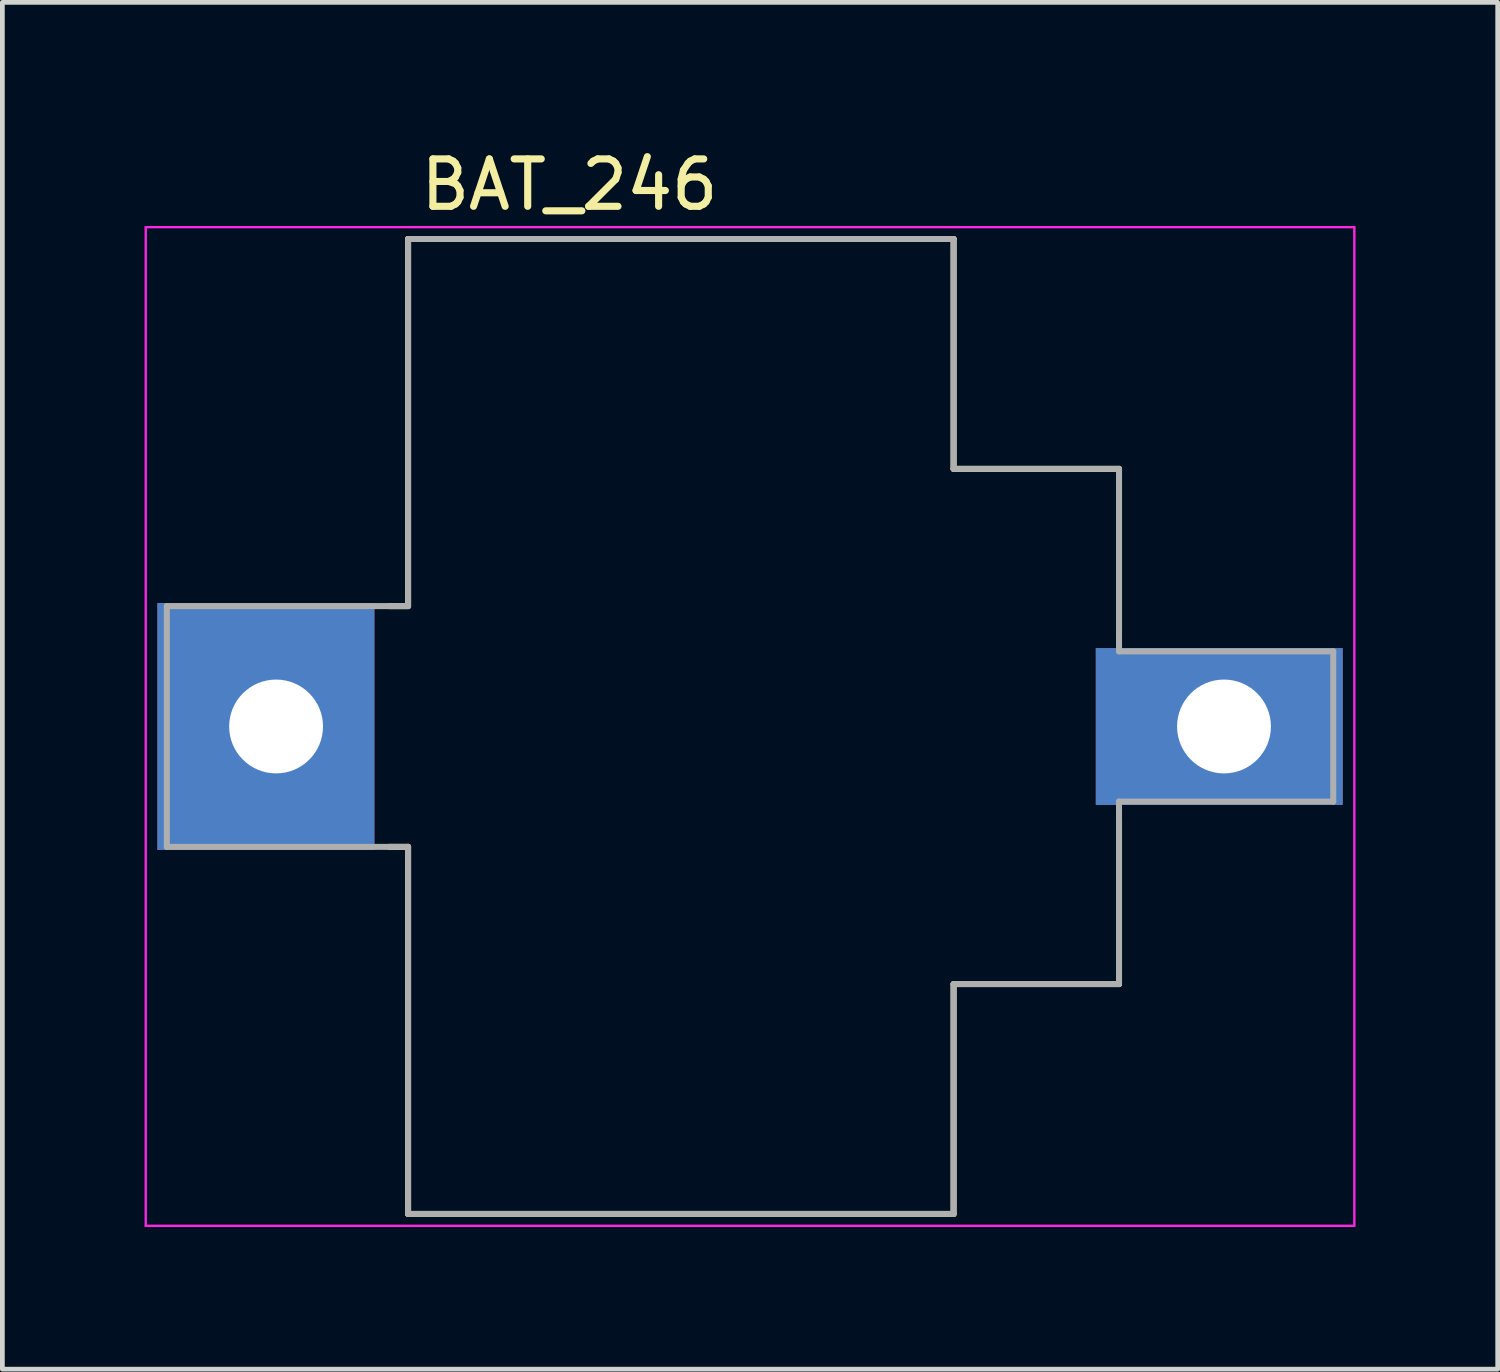
<source format=kicad_pcb>
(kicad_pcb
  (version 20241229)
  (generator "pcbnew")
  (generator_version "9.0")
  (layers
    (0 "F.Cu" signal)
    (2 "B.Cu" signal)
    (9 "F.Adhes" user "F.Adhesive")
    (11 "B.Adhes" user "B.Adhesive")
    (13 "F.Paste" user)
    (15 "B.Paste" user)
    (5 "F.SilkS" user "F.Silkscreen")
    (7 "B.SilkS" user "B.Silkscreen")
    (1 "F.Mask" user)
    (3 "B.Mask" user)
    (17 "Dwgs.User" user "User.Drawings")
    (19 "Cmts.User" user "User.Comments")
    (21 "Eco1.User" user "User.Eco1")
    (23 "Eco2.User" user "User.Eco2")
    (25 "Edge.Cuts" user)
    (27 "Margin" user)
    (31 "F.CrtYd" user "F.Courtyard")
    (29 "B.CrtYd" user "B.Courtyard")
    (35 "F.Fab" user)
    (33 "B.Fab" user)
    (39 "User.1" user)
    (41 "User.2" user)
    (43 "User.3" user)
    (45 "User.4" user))
  (footprint "BAT_246"
    (layer "F.Cu")
    (at 12.775 12.278)
    (property "Reference" "BAT_246" (at -3.81 -11.43 0) (layer "F.SilkS") (effects (font (size 1 1) (thickness 0.15))))
    (attr through_hole)
    (fp_poly (pts (xy -12.6 -2.7) (xy -7.83 -2.7) (xy -7.83 2.7) (xy -12.6 2.7)) (stroke (width 0.01) (type solid)) (fill yes) (layer "F.Mask"))
    (fp_poly (pts (xy 7.2 -1.75) (xy 12.6 -1.75) (xy 12.6 1.75) (xy 7.2 1.75)) (stroke (width 0.01) (type solid)) (fill yes) (layer "F.Mask"))
    (fp_poly (pts (xy -7.83 -2.7) (xy -12.6 -2.7) (xy -12.6 2.7) (xy -7.83 2.7)) (stroke (width 0.01) (type solid)) (fill yes) (layer "B.Mask"))
    (fp_poly (pts (xy 12.6 -1.75) (xy 7.2 -1.75) (xy 7.2 1.75) (xy 12.6 1.75)) (stroke (width 0.01) (type solid)) (fill yes) (layer "B.Mask"))
    (fp_line (start -7.615 -2.54) (end -7.215 -2.54) (stroke (width 0.127) (type solid)) (layer "F.SilkS"))
    (fp_line (start -7.215 -10.285) (end 4.295 -10.285) (stroke (width 0.127) (type solid)) (layer "F.SilkS"))
    (fp_line (start -7.215 -2.54) (end -7.215 -10.285) (stroke (width 0.127) (type solid)) (layer "F.SilkS"))
    (fp_line (start -7.215 2.54) (end -7.615 2.54) (stroke (width 0.127) (type solid)) (layer "F.SilkS"))
    (fp_line (start -7.215 10.285) (end -7.215 2.54) (stroke (width 0.127) (type solid)) (layer "F.SilkS"))
    (fp_line (start 4.295 -10.285) (end 4.295 -5.435) (stroke (width 0.127) (type solid)) (layer "F.SilkS"))
    (fp_line (start 4.295 -5.435) (end 7.785 -5.435) (stroke (width 0.127) (type solid)) (layer "F.SilkS"))
    (fp_line (start 4.295 5.435) (end 4.295 10.285) (stroke (width 0.127) (type solid)) (layer "F.SilkS"))
    (fp_line (start 4.295 10.285) (end -7.215 10.285) (stroke (width 0.127) (type solid)) (layer "F.SilkS"))
    (fp_line (start 7.785 -5.435) (end 7.785 -1.965) (stroke (width 0.127) (type solid)) (layer "F.SilkS"))
    (fp_line (start 7.785 1.965) (end 7.785 5.435) (stroke (width 0.127) (type solid)) (layer "F.SilkS"))
    (fp_line (start 7.785 5.435) (end 4.295 5.435) (stroke (width 0.127) (type solid)) (layer "F.SilkS"))
    (fp_line (start -12.75 -10.535) (end 12.75 -10.535) (stroke (width 0.05) (type solid)) (layer "F.CrtYd"))
    (fp_line (start -12.75 10.535) (end -12.75 -10.535) (stroke (width 0.05) (type solid)) (layer "F.CrtYd"))
    (fp_line (start 12.75 -10.535) (end 12.75 10.535) (stroke (width 0.05) (type solid)) (layer "F.CrtYd"))
    (fp_line (start 12.75 10.535) (end -12.75 10.535) (stroke (width 0.05) (type solid)) (layer "F.CrtYd"))
    (fp_line (start -12.305 -2.54) (end -7.215 -2.54) (stroke (width 0.127) (type solid)) (layer "F.Fab"))
    (fp_line (start -12.305 2.54) (end -12.305 -2.54) (stroke (width 0.127) (type solid)) (layer "F.Fab"))
    (fp_line (start -7.215 -10.285) (end 4.295 -10.285) (stroke (width 0.127) (type solid)) (layer "F.Fab"))
    (fp_line (start -7.215 -2.54) (end -7.215 -10.285) (stroke (width 0.127) (type solid)) (layer "F.Fab"))
    (fp_line (start -7.215 2.54) (end -12.305 2.54) (stroke (width 0.127) (type solid)) (layer "F.Fab"))
    (fp_line (start -7.215 10.285) (end -7.215 2.54) (stroke (width 0.127) (type solid)) (layer "F.Fab"))
    (fp_line (start 4.295 -10.285) (end 4.295 -5.435) (stroke (width 0.127) (type solid)) (layer "F.Fab"))
    (fp_line (start 4.295 -5.435) (end 7.785 -5.435) (stroke (width 0.127) (type solid)) (layer "F.Fab"))
    (fp_line (start 4.295 5.435) (end 4.295 10.285) (stroke (width 0.127) (type solid)) (layer "F.Fab"))
    (fp_line (start 4.295 10.285) (end -7.215 10.285) (stroke (width 0.127) (type solid)) (layer "F.Fab"))
    (fp_line (start 7.785 -5.435) (end 7.785 -1.585) (stroke (width 0.127) (type solid)) (layer "F.Fab"))
    (fp_line (start 7.785 -1.585) (end 12.305 -1.585) (stroke (width 0.127) (type solid)) (layer "F.Fab"))
    (fp_line (start 7.785 1.585) (end 7.785 5.435) (stroke (width 0.127) (type solid)) (layer "F.Fab"))
    (fp_line (start 7.785 5.435) (end 4.295 5.435) (stroke (width 0.127) (type solid)) (layer "F.Fab"))
    (fp_line (start 12.305 -1.585) (end 12.305 1.585) (stroke (width 0.127) (type solid)) (layer "F.Fab"))
    (fp_line (start 12.305 1.585) (end 7.785 1.585) (stroke (width 0.127) (type solid)) (layer "F.Fab"))
    (pad "1_1" thru_hole custom (at -10 0) (size 2.97 2.97) (drill 1.98) (layers "*.Cu") (options (anchor circle)) (primitives (gr_poly (pts (xy -2.5 -2.6) (xy 2.07 -2.6) (xy 2.07 2.6) (xy -2.5 2.6)) (width 0.01) (fill yes))))
    (pad "1_2" thru_hole custom (at 10 0) (size 2.97 2.97) (drill 1.98) (layers "*.Cu") (options (anchor circle)) (primitives (gr_poly (pts (xy -2.7 -1.65) (xy 2.5 -1.65) (xy 2.5 1.65) (xy -2.7 1.65)) (width 0.01) (fill yes)))))
  (gr_rect
    (start -3 -3)
    (end 28.55 25.838)
    (stroke (width 0.1) (type default))
    (fill no)
    (layer "Edge.Cuts")))
</source>
